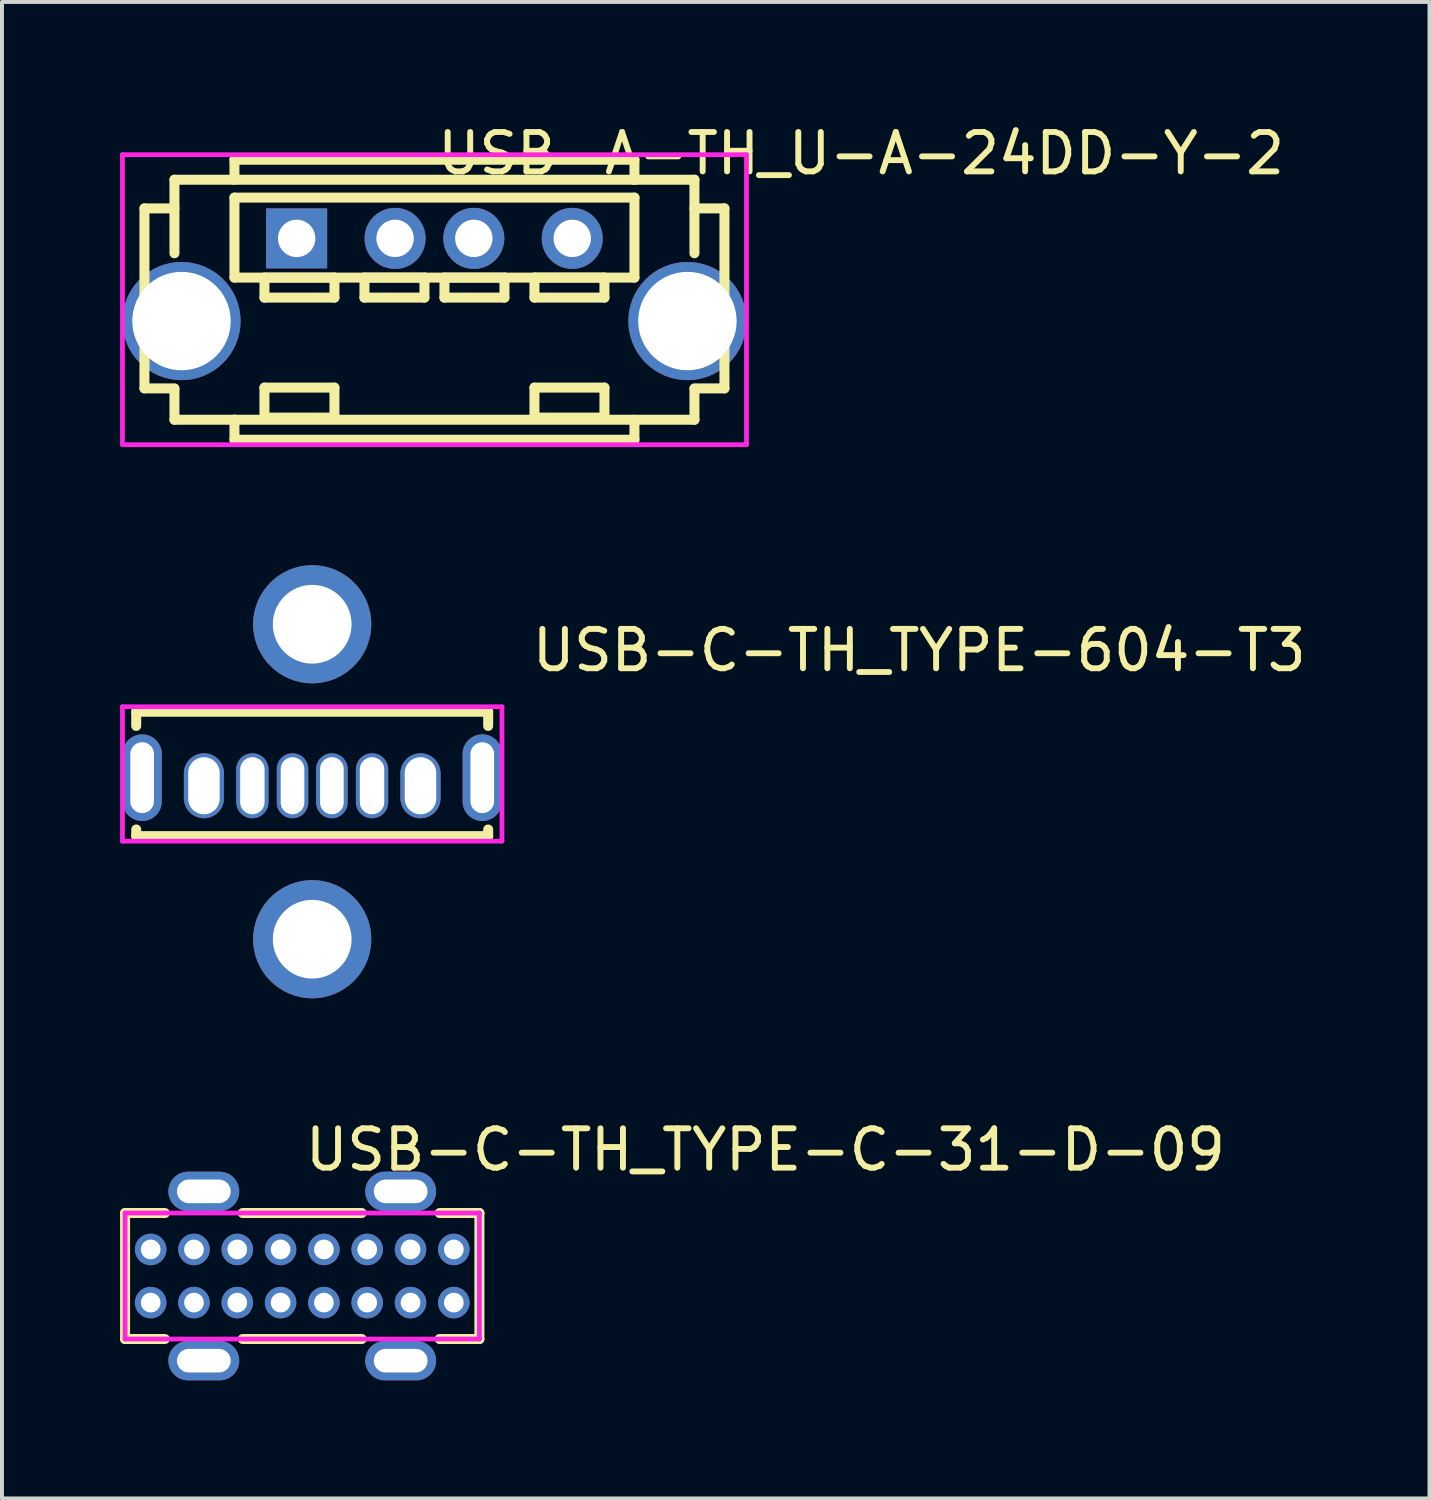
<source format=kicad_pcb>
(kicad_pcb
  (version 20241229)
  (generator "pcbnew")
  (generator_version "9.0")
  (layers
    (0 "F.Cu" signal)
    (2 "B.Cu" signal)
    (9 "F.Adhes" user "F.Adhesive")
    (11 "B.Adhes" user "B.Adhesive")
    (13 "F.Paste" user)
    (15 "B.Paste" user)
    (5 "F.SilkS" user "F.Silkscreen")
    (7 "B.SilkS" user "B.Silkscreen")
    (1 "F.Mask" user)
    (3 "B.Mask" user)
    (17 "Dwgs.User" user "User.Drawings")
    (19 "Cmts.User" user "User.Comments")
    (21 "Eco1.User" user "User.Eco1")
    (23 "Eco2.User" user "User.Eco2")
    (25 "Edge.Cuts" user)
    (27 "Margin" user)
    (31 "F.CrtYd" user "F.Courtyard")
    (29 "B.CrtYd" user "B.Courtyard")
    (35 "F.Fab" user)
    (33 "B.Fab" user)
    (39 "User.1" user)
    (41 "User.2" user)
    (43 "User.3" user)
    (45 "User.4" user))
  (footprint "USB-A-TH_U-A-24DD-Y-2"
    (layer "F.Cu")
    (at 7.985 4.055)
    (property "Reference" "USB-A-TH_U-A-24DD-Y-2" (at 0 -3.207 0) (layer "F.SilkS") (effects (font (size 1 1) (thickness 0.15)) (justify left)))
    (attr through_hole)
    (fp_line (start -7.366 -1.812) (end -7.366 2.76) (stroke (width 0.254) (type solid)) (layer "F.SilkS"))
    (fp_line (start -7.366 2.76) (end -6.604 2.76) (stroke (width 0.254) (type solid)) (layer "F.SilkS"))
    (fp_line (start -6.604 -2.54) (end 6.604 -2.54) (stroke (width 0.254) (type solid)) (layer "F.SilkS"))
    (fp_line (start -6.604 -1.812) (end -7.366 -1.812) (stroke (width 0.254) (type solid)) (layer "F.SilkS"))
    (fp_line (start -6.604 -0.672) (end -6.604 -2.54) (stroke (width 0.254) (type solid)) (layer "F.SilkS"))
    (fp_line (start -6.604 3.556) (end -6.604 2.772) (stroke (width 0.254) (type solid)) (layer "F.SilkS"))
    (fp_line (start -5.08 -3.048) (end -5.08 -2.54) (stroke (width 0.254) (type solid)) (layer "F.SilkS"))
    (fp_line (start -5.08 -2.086) (end 5.08 -2.086) (stroke (width 0.254) (type solid)) (layer "F.SilkS"))
    (fp_line (start -5.08 -0.054) (end -5.08 -2.086) (stroke (width 0.254) (type solid)) (layer "F.SilkS"))
    (fp_line (start -5.08 3.556) (end -5.08 3.556) (stroke (width 0.254) (type solid)) (layer "F.SilkS"))
    (fp_line (start -5.08 3.556) (end -5.08 4.064) (stroke (width 0.254) (type solid)) (layer "F.SilkS"))
    (fp_line (start -5.08 4.064) (end 5.08 4.064) (stroke (width 0.254) (type solid)) (layer "F.SilkS"))
    (fp_line (start -4.318 -0.054) (end -2.54 -0.054) (stroke (width 0.254) (type solid)) (layer "F.SilkS"))
    (fp_line (start -4.318 0.454) (end -4.318 -0.054) (stroke (width 0.254) (type solid)) (layer "F.SilkS"))
    (fp_line (start -4.318 2.74) (end -2.54 2.74) (stroke (width 0.254) (type solid)) (layer "F.SilkS"))
    (fp_line (start -4.318 3.502) (end -4.318 2.74) (stroke (width 0.254) (type solid)) (layer "F.SilkS"))
    (fp_line (start -2.54 -0.054) (end -2.54 0.454) (stroke (width 0.254) (type solid)) (layer "F.SilkS"))
    (fp_line (start -2.54 0.454) (end -4.318 0.454) (stroke (width 0.254) (type solid)) (layer "F.SilkS"))
    (fp_line (start -2.54 2.74) (end -2.54 3.502) (stroke (width 0.254) (type solid)) (layer "F.SilkS"))
    (fp_line (start -2.54 3.502) (end -4.318 3.502) (stroke (width 0.254) (type solid)) (layer "F.SilkS"))
    (fp_line (start -1.778 -0.054) (end -0.254 -0.054) (stroke (width 0.254) (type solid)) (layer "F.SilkS"))
    (fp_line (start -1.778 0.454) (end -1.778 -0.054) (stroke (width 0.254) (type solid)) (layer "F.SilkS"))
    (fp_line (start -0.254 -0.054) (end -0.254 0.454) (stroke (width 0.254) (type solid)) (layer "F.SilkS"))
    (fp_line (start -0.254 0.454) (end -1.778 0.454) (stroke (width 0.254) (type solid)) (layer "F.SilkS"))
    (fp_line (start 0.254 -0.054) (end 1.778 -0.054) (stroke (width 0.254) (type solid)) (layer "F.SilkS"))
    (fp_line (start 0.254 0.454) (end 0.254 -0.054) (stroke (width 0.254) (type solid)) (layer "F.SilkS"))
    (fp_line (start 1.778 -0.054) (end 1.778 0.454) (stroke (width 0.254) (type solid)) (layer "F.SilkS"))
    (fp_line (start 1.778 0.454) (end 0.254 0.454) (stroke (width 0.254) (type solid)) (layer "F.SilkS"))
    (fp_line (start 2.54 -0.054) (end 4.318 -0.054) (stroke (width 0.254) (type solid)) (layer "F.SilkS"))
    (fp_line (start 2.54 0.454) (end 2.54 -0.054) (stroke (width 0.254) (type solid)) (layer "F.SilkS"))
    (fp_line (start 2.54 2.74) (end 4.318 2.74) (stroke (width 0.254) (type solid)) (layer "F.SilkS"))
    (fp_line (start 2.54 3.502) (end 2.54 2.74) (stroke (width 0.254) (type solid)) (layer "F.SilkS"))
    (fp_line (start 4.318 -0.054) (end 4.318 0.454) (stroke (width 0.254) (type solid)) (layer "F.SilkS"))
    (fp_line (start 4.318 0.454) (end 2.54 0.454) (stroke (width 0.254) (type solid)) (layer "F.SilkS"))
    (fp_line (start 4.318 2.74) (end 4.318 3.502) (stroke (width 0.254) (type solid)) (layer "F.SilkS"))
    (fp_line (start 4.318 3.502) (end 2.54 3.502) (stroke (width 0.254) (type solid)) (layer "F.SilkS"))
    (fp_line (start 5.08 -3.048) (end -5.08 -3.048) (stroke (width 0.254) (type solid)) (layer "F.SilkS"))
    (fp_line (start 5.08 -2.54) (end 5.08 -3.048) (stroke (width 0.254) (type solid)) (layer "F.SilkS"))
    (fp_line (start 5.08 -2.54) (end 5.08 -2.54) (stroke (width 0.254) (type solid)) (layer "F.SilkS"))
    (fp_line (start 5.08 -2.086) (end 5.08 -0.054) (stroke (width 0.254) (type solid)) (layer "F.SilkS"))
    (fp_line (start 5.08 -0.054) (end -5.08 -0.054) (stroke (width 0.254) (type solid)) (layer "F.SilkS"))
    (fp_line (start 5.08 4.064) (end 5.08 3.556) (stroke (width 0.254) (type solid)) (layer "F.SilkS"))
    (fp_line (start 6.604 -2.54) (end 6.604 -0.672) (stroke (width 0.254) (type solid)) (layer "F.SilkS"))
    (fp_line (start 6.604 2.76) (end 7.366 2.76) (stroke (width 0.254) (type solid)) (layer "F.SilkS"))
    (fp_line (start 6.604 2.772) (end 6.604 3.556) (stroke (width 0.254) (type solid)) (layer "F.SilkS"))
    (fp_line (start 6.604 3.556) (end -6.604 3.556) (stroke (width 0.254) (type solid)) (layer "F.SilkS"))
    (fp_line (start 7.366 -1.812) (end 6.604 -1.812) (stroke (width 0.254) (type solid)) (layer "F.SilkS"))
    (fp_line (start 7.366 2.76) (end 7.366 -1.812) (stroke (width 0.254) (type solid)) (layer "F.SilkS"))
    (fp_circle (center -7.925 -3.175) (end -7.895 -3.175) (stroke (width 0.06) (type solid)) (fill no) (layer "Eco2.User"))
    (fp_circle (center -6.425 1.05) (end -5.85 1.05) (stroke (width 1.15) (type solid)) (fill no) (layer "Eco2.User"))
    (fp_circle (center -3.5 -1.05) (end -3.312 -1.05) (stroke (width 0.375) (type solid)) (fill no) (layer "Eco2.User"))
    (fp_circle (center -1 -1.05) (end -0.812 -1.05) (stroke (width 0.375) (type solid)) (fill no) (layer "Eco2.User"))
    (fp_circle (center 1 -1.05) (end 1.188 -1.05) (stroke (width 0.375) (type solid)) (fill no) (layer "Eco2.User"))
    (fp_circle (center 3.5 -1.05) (end 3.687 -1.05) (stroke (width 0.375) (type solid)) (fill no) (layer "Eco2.User"))
    (fp_circle (center 6.425 1.05) (end 7 1.05) (stroke (width 1.15) (type solid)) (fill no) (layer "Eco2.User"))
    (fp_line (start -7.925 -3.175) (end 7.925 -3.175) (stroke (width 0.12) (type solid)) (layer "F.CrtYd"))
    (fp_line (start -7.925 4.191) (end -7.925 -3.175) (stroke (width 0.12) (type solid)) (layer "F.CrtYd"))
    (fp_line (start 7.925 -3.175) (end 7.925 4.191) (stroke (width 0.12) (type solid)) (layer "F.CrtYd"))
    (fp_line (start 7.925 4.191) (end -7.925 4.191) (stroke (width 0.12) (type solid)) (layer "F.CrtYd"))
    (pad "1" thru_hole rect (at -3.5 -1.05) (size 1.55 1.524) (drill 0.95) (layers "*.Cu" "*.Mask"))
    (pad "2" thru_hole circle (at -1 -1.05) (size 1.55 1.55) (drill 0.95) (layers "*.Cu" "*.Mask"))
    (pad "3" thru_hole circle (at 1 -1.05) (size 1.55 1.55) (drill 0.95) (layers "*.Cu" "*.Mask"))
    (pad "4" thru_hole circle (at 3.5 -1.05) (size 1.55 1.55) (drill 0.95) (layers "*.Cu" "*.Mask"))
    (pad "5" thru_hole circle (at 6.425 1.05) (size 3 3) (drill 2.5) (layers "*.Cu" "*.Mask"))
    (pad "6" thru_hole circle (at -6.425 1.05) (size 3 3) (drill 2.5) (layers "*.Cu" "*.Mask")))
  (footprint "USB-C-TH_TYPE-C-31-D-09"
    (layer "F.Cu")
    (at 4.627 29.361)
    (property "Reference" "USB-C-TH_TYPE-C-31-D-09" (at 0 -3.207 0) (layer "F.SilkS") (effects (font (size 1 1) (thickness 0.15)) (justify left)))
    (attr through_hole)
    (fp_line (start -4.5 -1.6) (end -4.5 1.6) (stroke (width 0.254) (type solid)) (layer "F.SilkS"))
    (fp_line (start -4.5 -1.6) (end -3.488 -1.6) (stroke (width 0.254) (type solid)) (layer "F.SilkS"))
    (fp_line (start -4.5 1.6) (end -3.488 1.6) (stroke (width 0.254) (type solid)) (layer "F.SilkS"))
    (fp_line (start -1.512 -1.6) (end 1.512 -1.6) (stroke (width 0.254) (type solid)) (layer "F.SilkS"))
    (fp_line (start -1.512 1.6) (end 1.512 1.6) (stroke (width 0.254) (type solid)) (layer "F.SilkS"))
    (fp_line (start 3.488 -1.6) (end 4.5 -1.6) (stroke (width 0.254) (type solid)) (layer "F.SilkS"))
    (fp_line (start 3.488 1.6) (end 4.5 1.6) (stroke (width 0.254) (type solid)) (layer "F.SilkS"))
    (fp_line (start 4.5 -1.6) (end 4.5 1.6) (stroke (width 0.254) (type solid)) (layer "F.SilkS"))
    (fp_line (start -3 -2.3) (end -2 -2.3) (stroke (width 0.12) (type solid)) (layer "Eco2.User"))
    (fp_line (start -3 -1.55) (end -3 -2.3) (stroke (width 0.12) (type solid)) (layer "Eco2.User"))
    (fp_line (start -3 1.55) (end -2 1.55) (stroke (width 0.12) (type solid)) (layer "Eco2.User"))
    (fp_line (start -3 2.3) (end -3 1.55) (stroke (width 0.12) (type solid)) (layer "Eco2.User"))
    (fp_line (start -2 -2.3) (end -2 -1.55) (stroke (width 0.12) (type solid)) (layer "Eco2.User"))
    (fp_line (start -2 -1.55) (end -3 -1.55) (stroke (width 0.12) (type solid)) (layer "Eco2.User"))
    (fp_line (start -2 1.55) (end -2 2.3) (stroke (width 0.12) (type solid)) (layer "Eco2.User"))
    (fp_line (start -2 2.3) (end -3 2.3) (stroke (width 0.12) (type solid)) (layer "Eco2.User"))
    (fp_line (start 2 -2.3) (end 3 -2.3) (stroke (width 0.12) (type solid)) (layer "Eco2.User"))
    (fp_line (start 2 -1.55) (end 2 -2.3) (stroke (width 0.12) (type solid)) (layer "Eco2.User"))
    (fp_line (start 2 1.55) (end 3 1.55) (stroke (width 0.12) (type solid)) (layer "Eco2.User"))
    (fp_line (start 2 2.3) (end 2 1.55) (stroke (width 0.12) (type solid)) (layer "Eco2.User"))
    (fp_line (start 3 -2.3) (end 3 -1.55) (stroke (width 0.12) (type solid)) (layer "Eco2.User"))
    (fp_line (start 3 -1.55) (end 2 -1.55) (stroke (width 0.12) (type solid)) (layer "Eco2.User"))
    (fp_line (start 3 1.55) (end 3 2.3) (stroke (width 0.12) (type solid)) (layer "Eco2.User"))
    (fp_line (start 3 2.3) (end 2 2.3) (stroke (width 0.12) (type solid)) (layer "Eco2.User"))
    (fp_circle (center -4.5 -2.3) (end -4.47 -2.3) (stroke (width 0.06) (type solid)) (fill no) (layer "Eco2.User"))
    (fp_poly (pts (xy -4 -0.775) (xy -3.7 -0.775) (xy -3.7 -0.575) (xy -4 -0.575)) (stroke (width 0.12) (type solid)) (fill no) (layer "Eco2.User"))
    (fp_poly (pts (xy -4 0.575) (xy -3.7 0.575) (xy -3.7 0.775) (xy -4 0.775)) (stroke (width 0.12) (type solid)) (fill no) (layer "Eco2.User"))
    (fp_poly (pts (xy -3 -2.3) (xy -2 -2.3) (xy -2 -2) (xy -3 -2)) (stroke (width 0.12) (type solid)) (fill no) (layer "Eco2.User"))
    (fp_poly (pts (xy -3 2) (xy -2 2) (xy -2 2.3) (xy -3 2.3)) (stroke (width 0.12) (type solid)) (fill no) (layer "Eco2.User"))
    (fp_poly (pts (xy -2.9 -0.775) (xy -2.6 -0.775) (xy -2.6 -0.575) (xy -2.9 -0.575)) (stroke (width 0.12) (type solid)) (fill no) (layer "Eco2.User"))
    (fp_poly (pts (xy -2.9 0.575) (xy -2.6 0.575) (xy -2.6 0.775) (xy -2.9 0.775)) (stroke (width 0.12) (type solid)) (fill no) (layer "Eco2.User"))
    (fp_poly (pts (xy -1.8 -0.775) (xy -1.5 -0.775) (xy -1.5 -0.575) (xy -1.8 -0.575)) (stroke (width 0.12) (type solid)) (fill no) (layer "Eco2.User"))
    (fp_poly (pts (xy -1.8 0.575) (xy -1.5 0.575) (xy -1.5 0.775) (xy -1.8 0.775)) (stroke (width 0.12) (type solid)) (fill no) (layer "Eco2.User"))
    (fp_poly (pts (xy -0.7 -0.775) (xy -0.4 -0.775) (xy -0.4 -0.575) (xy -0.7 -0.575)) (stroke (width 0.12) (type solid)) (fill no) (layer "Eco2.User"))
    (fp_poly (pts (xy -0.7 0.575) (xy -0.4 0.575) (xy -0.4 0.775) (xy -0.7 0.775)) (stroke (width 0.12) (type solid)) (fill no) (layer "Eco2.User"))
    (fp_poly (pts (xy 0.4 -0.775) (xy 0.7 -0.775) (xy 0.7 -0.575) (xy 0.4 -0.575)) (stroke (width 0.12) (type solid)) (fill no) (layer "Eco2.User"))
    (fp_poly (pts (xy 0.4 0.575) (xy 0.7 0.575) (xy 0.7 0.775) (xy 0.4 0.775)) (stroke (width 0.12) (type solid)) (fill no) (layer "Eco2.User"))
    (fp_poly (pts (xy 1.5 -0.775) (xy 1.8 -0.775) (xy 1.8 -0.575) (xy 1.5 -0.575)) (stroke (width 0.12) (type solid)) (fill no) (layer "Eco2.User"))
    (fp_poly (pts (xy 1.5 0.575) (xy 1.8 0.575) (xy 1.8 0.775) (xy 1.5 0.775)) (stroke (width 0.12) (type solid)) (fill no) (layer "Eco2.User"))
    (fp_poly (pts (xy 2 -2.3) (xy 3 -2.3) (xy 3 -2) (xy 2 -2)) (stroke (width 0.12) (type solid)) (fill no) (layer "Eco2.User"))
    (fp_poly (pts (xy 2 2) (xy 3 2) (xy 3 2.3) (xy 2 2.3)) (stroke (width 0.12) (type solid)) (fill no) (layer "Eco2.User"))
    (fp_poly (pts (xy 2.6 -0.775) (xy 2.9 -0.775) (xy 2.9 -0.575) (xy 2.6 -0.575)) (stroke (width 0.12) (type solid)) (fill no) (layer "Eco2.User"))
    (fp_poly (pts (xy 2.6 0.575) (xy 2.9 0.575) (xy 2.9 0.775) (xy 2.6 0.775)) (stroke (width 0.12) (type solid)) (fill no) (layer "Eco2.User"))
    (fp_poly (pts (xy 3.7 -0.775) (xy 4 -0.775) (xy 4 -0.575) (xy 3.7 -0.575)) (stroke (width 0.12) (type solid)) (fill no) (layer "Eco2.User"))
    (fp_poly (pts (xy 3.7 0.575) (xy 4 0.575) (xy 4 0.775) (xy 3.7 0.775)) (stroke (width 0.12) (type solid)) (fill no) (layer "Eco2.User"))
    (fp_line (start -4.5 -1.6) (end 4.5 -1.6) (stroke (width 0.12) (type solid)) (layer "F.CrtYd"))
    (fp_line (start -4.5 1.6) (end -4.5 -1.6) (stroke (width 0.12) (type solid)) (layer "F.CrtYd"))
    (fp_line (start 4.5 -1.6) (end 4.5 1.6) (stroke (width 0.12) (type solid)) (layer "F.CrtYd"))
    (fp_line (start 4.5 1.6) (end -4.5 1.6) (stroke (width 0.12) (type solid)) (layer "F.CrtYd"))
    (pad "17" thru_hole oval (at 2.5 -2.15) (size 1.8 1) (drill oval 1.365 0.6) (layers "*.Cu" "*.Mask"))
    (pad "18" thru_hole oval (at -2.5 -2.15) (size 1.8 1) (drill oval 1.365 0.6) (layers "*.Cu" "*.Mask"))
    (pad "19" thru_hole oval (at -2.5 2.15) (size 1.8 1) (drill oval 1.365 0.6) (layers "*.Cu" "*.Mask"))
    (pad "20" thru_hole oval (at 2.5 2.15) (size 1.8 1) (drill oval 1.365 0.6) (layers "*.Cu" "*.Mask"))
    (pad "A1" thru_hole circle (at -3.85 -0.675) (size 0.8 0.8) (drill 0.5) (layers "*.Cu" "*.Mask"))
    (pad "A4" thru_hole circle (at -2.75 -0.675) (size 0.8 0.8) (drill 0.5) (layers "*.Cu" "*.Mask"))
    (pad "A5" thru_hole circle (at -1.65 -0.675) (size 0.8 0.8) (drill 0.5) (layers "*.Cu" "*.Mask"))
    (pad "A6" thru_hole circle (at -0.55 -0.675) (size 0.8 0.8) (drill 0.5) (layers "*.Cu" "*.Mask"))
    (pad "A7" thru_hole circle (at 0.55 -0.675) (size 0.8 0.8) (drill 0.5) (layers "*.Cu" "*.Mask"))
    (pad "A8" thru_hole circle (at 1.65 -0.675) (size 0.8 0.8) (drill 0.5) (layers "*.Cu" "*.Mask"))
    (pad "A9" thru_hole circle (at 2.75 -0.675) (size 0.8 0.8) (drill 0.5) (layers "*.Cu" "*.Mask"))
    (pad "A12" thru_hole circle (at 3.85 -0.675) (size 0.8 0.8) (drill 0.5) (layers "*.Cu" "*.Mask"))
    (pad "B1" thru_hole circle (at 3.85 0.675) (size 0.8 0.8) (drill 0.5) (layers "*.Cu" "*.Mask"))
    (pad "B4" thru_hole circle (at 2.75 0.675) (size 0.8 0.8) (drill 0.5) (layers "*.Cu" "*.Mask"))
    (pad "B5" thru_hole circle (at 1.65 0.675) (size 0.8 0.8) (drill 0.5) (layers "*.Cu" "*.Mask"))
    (pad "B6" thru_hole circle (at 0.55 0.675) (size 0.8 0.8) (drill 0.5) (layers "*.Cu" "*.Mask"))
    (pad "B7" thru_hole circle (at -0.55 0.675) (size 0.8 0.8) (drill 0.5) (layers "*.Cu" "*.Mask"))
    (pad "B8" thru_hole circle (at -1.65 0.675) (size 0.8 0.8) (drill 0.5) (layers "*.Cu" "*.Mask"))
    (pad "B9" thru_hole circle (at -2.75 0.675) (size 0.8 0.8) (drill 0.5) (layers "*.Cu" "*.Mask"))
    (pad "B12" thru_hole circle (at -3.85 0.675) (size 0.8 0.8) (drill 0.5) (layers "*.Cu" "*.Mask")))
  (footprint "USB-C-TH_TYPE-604-T3"
    (layer "F.Cu")
    (at 4.88 16.806)
    (property "Reference" "USB-C-TH_TYPE-604-T3" (at 5.51 -3.337 0) (layer "F.SilkS") (effects (font (size 1 1) (thickness 0.15)) (justify left)))
    (attr through_hole)
    (fp_line (start -4.47 -1.778) (end -4.47 -1.418) (stroke (width 0.254) (type solid)) (layer "F.SilkS"))
    (fp_line (start -4.47 -1.778) (end 4.47 -1.778) (stroke (width 0.254) (type solid)) (layer "F.SilkS"))
    (fp_line (start -4.47 1.382) (end -4.47 1.213) (stroke (width 0.254) (type solid)) (layer "F.SilkS"))
    (fp_line (start -4.47 1.382) (end 4.47 1.382) (stroke (width 0.254) (type solid)) (layer "F.SilkS"))
    (fp_line (start 4.47 -1.778) (end 4.47 -1.418) (stroke (width 0.254) (type solid)) (layer "F.SilkS"))
    (fp_line (start 4.47 1.382) (end 4.47 1.213) (stroke (width 0.254) (type solid)) (layer "F.SilkS"))
    (fp_circle (center 4.82 -1.905) (end 4.85 -1.905) (stroke (width 0.06) (type solid)) (fill no) (layer "Eco2.User"))
    (fp_poly (pts (xy -4.56 0.497) (xy -4.56 -0.703) (xy -4.08 -0.703) (xy -4.08 0.497)) (stroke (width 0.12) (type solid)) (fill no) (layer "Eco2.User"))
    (fp_poly (pts (xy -3.07 0.427) (xy -3.07 -0.223) (xy -2.43 -0.223) (xy -2.43 0.427)) (stroke (width 0.12) (type solid)) (fill no) (layer "Eco2.User"))
    (fp_poly (pts (xy -1.768 0.517) (xy -1.768 -0.313) (xy -1.272 -0.313) (xy -1.272 0.517)) (stroke (width 0.12) (type solid)) (fill no) (layer "Eco2.User"))
    (fp_poly (pts (xy -0.74 0.527) (xy -0.74 -0.323) (xy -0.26 -0.323) (xy -0.26 0.527)) (stroke (width 0.12) (type solid)) (fill no) (layer "Eco2.User"))
    (fp_poly (pts (xy 0.26 0.527) (xy 0.26 -0.323) (xy 0.74 -0.323) (xy 0.74 0.527)) (stroke (width 0.12) (type solid)) (fill no) (layer "Eco2.User"))
    (fp_poly (pts (xy 1.272 0.517) (xy 1.272 -0.313) (xy 1.768 -0.313) (xy 1.768 0.517)) (stroke (width 0.12) (type solid)) (fill no) (layer "Eco2.User"))
    (fp_poly (pts (xy 2.43 0.427) (xy 2.43 -0.223) (xy 3.07 -0.223) (xy 3.07 0.427)) (stroke (width 0.12) (type solid)) (fill no) (layer "Eco2.User"))
    (fp_poly (pts (xy 4.08 0.497) (xy 4.08 -0.703) (xy 4.56 -0.703) (xy 4.56 0.497)) (stroke (width 0.12) (type solid)) (fill no) (layer "Eco2.User"))
    (fp_line (start -4.82 -1.905) (end 4.82 -1.905) (stroke (width 0.12) (type solid)) (layer "F.CrtYd"))
    (fp_line (start -4.82 1.509) (end -4.82 -1.905) (stroke (width 0.12) (type solid)) (layer "F.CrtYd"))
    (fp_line (start 4.82 -1.905) (end 4.82 1.509) (stroke (width 0.12) (type solid)) (layer "F.CrtYd"))
    (fp_line (start 4.82 1.509) (end -4.82 1.509) (stroke (width 0.12) (type solid)) (layer "F.CrtYd"))
    (pad "0" thru_hole circle (at 0 -4) (size 3 3) (drill 2) (layers "*.Cu" "*.Mask"))
    (pad "0" thru_hole circle (at 0 4) (size 3 3) (drill 2) (layers "*.Cu" "*.Mask"))
    (pad "7" thru_hole oval (at 4.32 -0.103) (size 1 2.2) (drill oval 0.6 1.8) (layers "*.Cu" "*.Mask"))
    (pad "8" thru_hole oval (at -4.32 -0.103) (size 1 2.2) (drill oval 0.6 1.8) (layers "*.Cu" "*.Mask"))
    (pad "A5" thru_hole oval (at -0.5 0.102) (size 0.8 1.65) (drill oval 0.6 1.45) (layers "*.Cu" "*.Mask"))
    (pad "A9" thru_hole oval (at 1.52 0.102) (size 0.82 1.65) (drill oval 0.62 1.45) (layers "*.Cu" "*.Mask"))
    (pad "A12" thru_hole oval (at 2.75 0.102) (size 1.02 1.65) (drill oval 0.8 1.45) (layers "*.Cu" "*.Mask"))
    (pad "B5" thru_hole oval (at 0.5 0.102) (size 0.8 1.65) (drill oval 0.6 1.45) (layers "*.Cu" "*.Mask"))
    (pad "B9" thru_hole oval (at -1.52 0.102) (size 0.82 1.65) (drill oval 0.62 1.45) (layers "*.Cu" "*.Mask"))
    (pad "B12" thru_hole oval (at -2.75 0.102) (size 1.02 1.65) (drill oval 0.8 1.45) (layers "*.Cu" "*.Mask")))
  (gr_rect
    (start -3 -3)
    (end 33.259 35.011)
    (stroke (width 0.1) (type default))
    (fill no)
    (layer "Edge.Cuts")))
</source>
